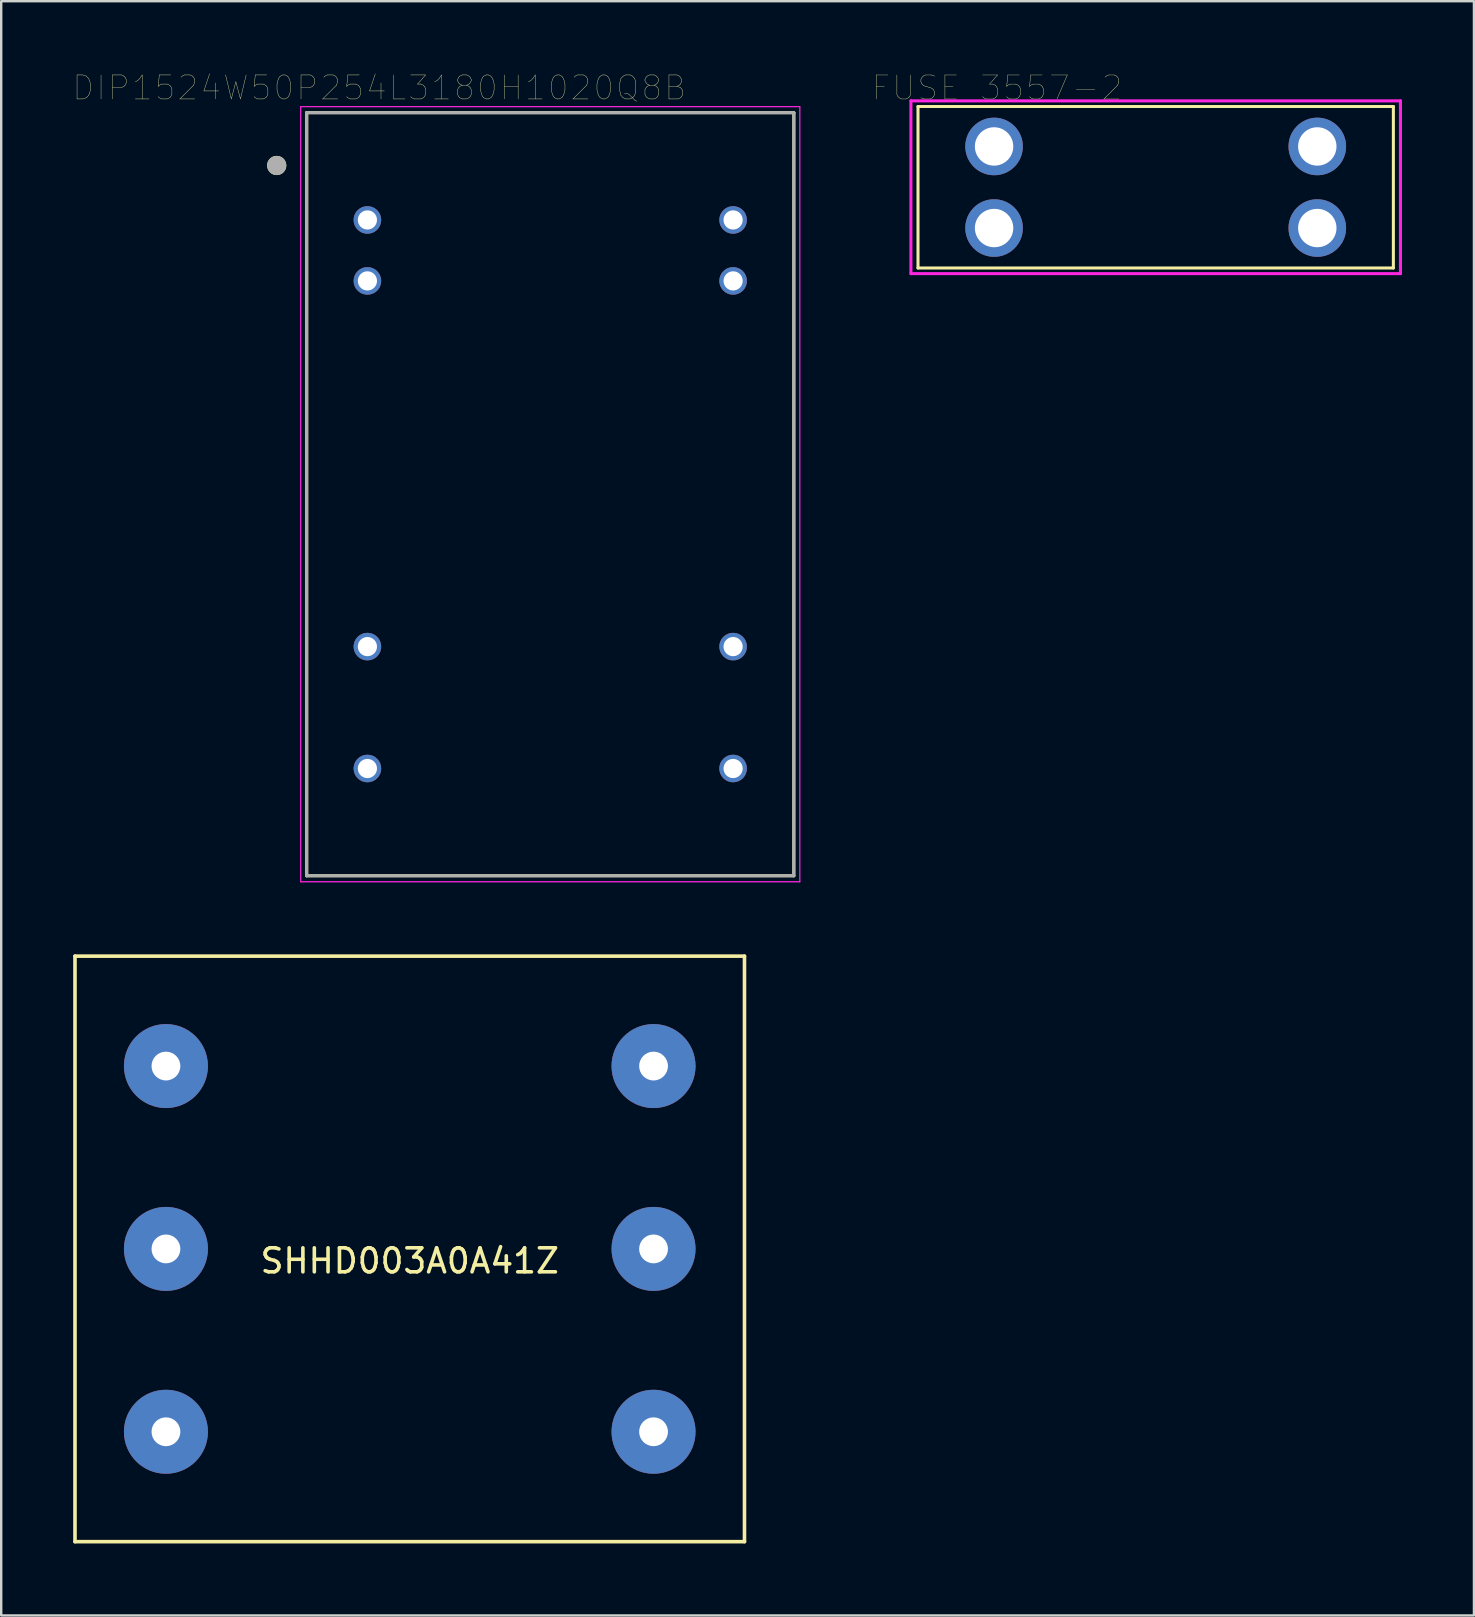
<source format=kicad_pcb>
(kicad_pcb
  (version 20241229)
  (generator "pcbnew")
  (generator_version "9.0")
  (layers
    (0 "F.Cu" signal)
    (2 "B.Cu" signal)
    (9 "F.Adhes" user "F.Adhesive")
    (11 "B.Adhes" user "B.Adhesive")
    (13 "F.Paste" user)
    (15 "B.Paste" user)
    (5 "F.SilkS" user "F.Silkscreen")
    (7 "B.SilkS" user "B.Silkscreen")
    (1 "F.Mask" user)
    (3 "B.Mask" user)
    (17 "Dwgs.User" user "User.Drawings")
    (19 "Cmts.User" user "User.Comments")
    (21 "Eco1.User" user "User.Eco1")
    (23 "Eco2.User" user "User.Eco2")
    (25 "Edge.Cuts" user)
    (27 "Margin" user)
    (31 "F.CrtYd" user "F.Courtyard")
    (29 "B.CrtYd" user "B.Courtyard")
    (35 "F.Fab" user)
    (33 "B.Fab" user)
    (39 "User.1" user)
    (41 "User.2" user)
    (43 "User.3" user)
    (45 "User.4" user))
  (footprint "FUSE_3557-2"
    (layer "F.Cu")
    (at 45.111 4.753)
    (property "Reference" "FUSE_3557-2" (at -6.614 -4.141 0) (layer "F.SilkS") (effects (font (size 1.001 1.001) (thickness 0.015))))
    (attr through_hole)
    (fp_line (start -9.905 -3.365) (end -9.905 3.365) (stroke (width 0.127) (type solid)) (layer "F.SilkS"))
    (fp_line (start -9.905 3.365) (end 9.905 3.365) (stroke (width 0.127) (type solid)) (layer "F.SilkS"))
    (fp_line (start 9.905 -3.365) (end -9.905 -3.365) (stroke (width 0.127) (type solid)) (layer "F.SilkS"))
    (fp_line (start 9.905 3.365) (end 9.905 -3.365) (stroke (width 0.127) (type solid)) (layer "F.SilkS"))
    (fp_line (start -10.2 -3.6) (end 10.2 -3.6) (stroke (width 0.127) (type solid)) (layer "F.CrtYd"))
    (fp_line (start -10.2 3.6) (end -10.2 -3.6) (stroke (width 0.127) (type solid)) (layer "F.CrtYd"))
    (fp_line (start 10.2 -3.6) (end 10.2 3.6) (stroke (width 0.127) (type solid)) (layer "F.CrtYd"))
    (fp_line (start 10.2 3.6) (end -10.2 3.6) (stroke (width 0.127) (type solid)) (layer "F.CrtYd"))
    (pad "1" thru_hole circle (at -6.735 -1.7) (size 2.4 2.4) (drill 1.6) (layers "*.Cu" "*.Mask"))
    (pad "2" thru_hole circle (at -6.735 1.7) (size 2.4 2.4) (drill 1.6) (layers "*.Cu" "*.Mask"))
    (pad "3" thru_hole circle (at 6.735 -1.7) (size 2.4 2.4) (drill 1.6) (layers "*.Cu" "*.Mask"))
    (pad "4" thru_hole circle (at 6.735 1.7) (size 2.4 2.4) (drill 1.6) (layers "*.Cu" "*.Mask")))
  (footprint "SHHD003A0A41Z"
    (layer "F.Cu")
    (at 14.025 48.996)
    (property "Reference" "SHHD003A0A41Z" (at 0 0.5 0) (layer "F.SilkS") (effects (font (size 1 1) (thickness 0.15))))
    (attr through_hole)
    (fp_line (start -13.95 -12.2) (end -13.95 12.2) (stroke (width 0.15) (type solid)) (layer "F.SilkS"))
    (fp_line (start -13.95 12.2) (end 13.95 12.2) (stroke (width 0.15) (type solid)) (layer "F.SilkS"))
    (fp_line (start 13.95 -12.2) (end -13.95 -12.2) (stroke (width 0.15) (type solid)) (layer "F.SilkS"))
    (fp_line (start 13.95 12.2) (end 13.95 -12.2) (stroke (width 0.15) (type solid)) (layer "F.SilkS"))
    (pad "1" thru_hole circle (at -10.16 7.62) (size 3.5 3.5) (drill 1.2) (layers "*.Cu" "*.Mask"))
    (pad "2" thru_hole circle (at -10.16 0) (size 3.5 3.5) (drill 1.2) (layers "*.Cu" "*.Mask"))
    (pad "3" thru_hole circle (at -10.16 -7.62) (size 3.5 3.5) (drill 1.2) (layers "*.Cu" "*.Mask"))
    (pad "4" thru_hole circle (at 10.16 -7.62) (size 3.5 3.5) (drill 1.2) (layers "*.Cu" "*.Mask"))
    (pad "5" thru_hole circle (at 10.16 0) (size 3.5 3.5) (drill 1.2) (layers "*.Cu" "*.Mask"))
    (pad "6" thru_hole circle (at 10.16 7.62) (size 3.5 3.5) (drill 1.2) (layers "*.Cu" "*.Mask")))
  (footprint "DIP1524W50P254L3180H1020Q8B"
    (layer "F.Cu")
    (at 19.881 17.546)
    (property "Reference" "DIP1524W50P254L3180H1020Q8B" (at -7.125 -16.935 0) (layer "F.SilkS") (effects (font (size 1 1) (thickness 0.015))))
    (attr through_hole)
    (fp_line (start -10.15 -15.9) (end 10.15 -15.9) (stroke (width 0.127) (type solid)) (layer "F.SilkS"))
    (fp_line (start -10.15 15.9) (end -10.15 -15.9) (stroke (width 0.127) (type solid)) (layer "F.SilkS"))
    (fp_line (start 10.15 -15.9) (end 10.15 15.9) (stroke (width 0.127) (type solid)) (layer "F.SilkS"))
    (fp_line (start 10.15 15.9) (end -10.15 15.9) (stroke (width 0.127) (type solid)) (layer "F.SilkS"))
    (fp_circle (center -11.4 -13.7) (end -11.2 -13.7) (stroke (width 0.4) (type solid)) (fill no) (layer "F.SilkS"))
    (fp_line (start -10.4 -16.15) (end -10.4 16.15) (stroke (width 0.05) (type solid)) (layer "F.CrtYd"))
    (fp_line (start -10.4 16.15) (end 10.4 16.15) (stroke (width 0.05) (type solid)) (layer "F.CrtYd"))
    (fp_line (start 10.4 -16.15) (end -10.4 -16.15) (stroke (width 0.05) (type solid)) (layer "F.CrtYd"))
    (fp_line (start 10.4 16.15) (end 10.4 -16.15) (stroke (width 0.05) (type solid)) (layer "F.CrtYd"))
    (fp_line (start -10.15 -15.9) (end 10.15 -15.9) (stroke (width 0.127) (type solid)) (layer "F.Fab"))
    (fp_line (start -10.15 15.9) (end -10.15 -15.9) (stroke (width 0.127) (type solid)) (layer "F.Fab"))
    (fp_line (start 10.15 -15.9) (end 10.15 15.9) (stroke (width 0.127) (type solid)) (layer "F.Fab"))
    (fp_line (start 10.15 15.9) (end -10.15 15.9) (stroke (width 0.127) (type solid)) (layer "F.Fab"))
    (fp_circle (center -11.4 -13.7) (end -11.2 -13.7) (stroke (width 0.4) (type solid)) (fill no) (layer "F.Fab"))
    (pad "2" thru_hole circle (at -7.62 -11.43) (size 1.15 1.15) (drill 0.8) (layers "*.Cu" "*.Mask"))
    (pad "3" thru_hole circle (at -7.62 -8.89) (size 1.15 1.15) (drill 0.8) (layers "*.Cu" "*.Mask"))
    (pad "9" thru_hole circle (at -7.62 6.35) (size 1.15 1.15) (drill 0.8) (layers "*.Cu" "*.Mask"))
    (pad "11" thru_hole circle (at -7.62 11.43) (size 1.15 1.15) (drill 0.8) (layers "*.Cu" "*.Mask"))
    (pad "14" thru_hole circle (at 7.62 11.43) (size 1.15 1.15) (drill 0.8) (layers "*.Cu" "*.Mask"))
    (pad "16" thru_hole circle (at 7.62 6.35) (size 1.15 1.15) (drill 0.8) (layers "*.Cu" "*.Mask"))
    (pad "22" thru_hole circle (at 7.62 -8.89) (size 1.15 1.15) (drill 0.8) (layers "*.Cu" "*.Mask"))
    (pad "23" thru_hole circle (at 7.62 -11.43) (size 1.15 1.15) (drill 0.8) (layers "*.Cu" "*.Mask")))
  (gr_rect
    (start -3 -3)
    (end 58.374 64.271)
    (stroke (width 0.1) (type default))
    (fill no)
    (layer "Edge.Cuts")))
</source>
